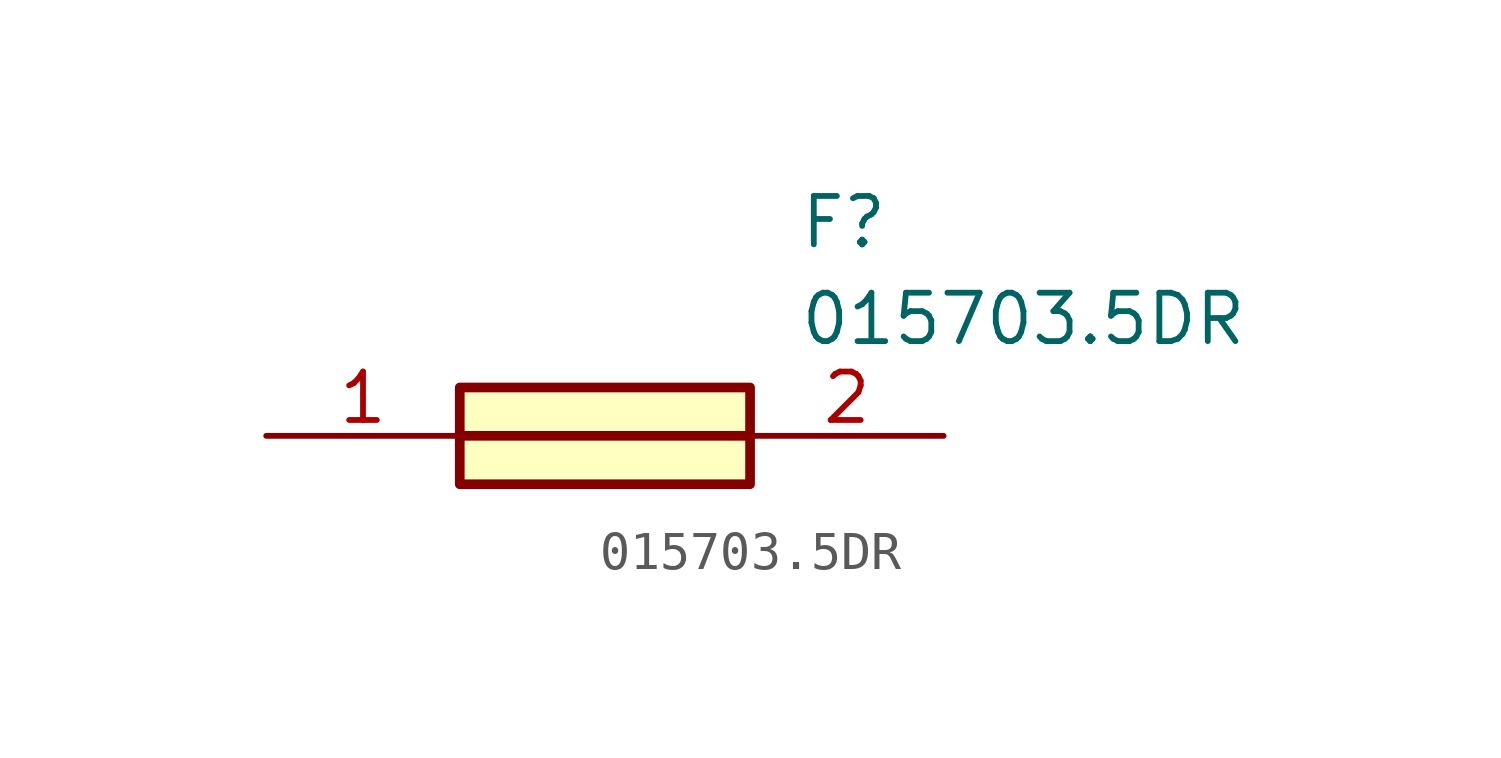
<source format=kicad_sym>
(kicad_symbol_lib
  (version 20211014)
  (generator SamacSys_ECAD_Model)
  (symbol "015703.5DR"
    (pin_names hide)
    (property "Reference" "F"
      (at 13.97 6.35 0)
      (effects (font (size 1.27 1.27)) (justify left top)))
    (property "Value" "015703.5DR"
      (at 13.97 3.81 0)
      (effects (font (size 1.27 1.27)) (justify left top)))
    (rectangle
      (start 5.08 1.27)
      (end 12.7 -1.27)
      (stroke (width 0.254) (type default))
      (fill (type background)))
    (polyline
      (pts (xy 5.08 0) (xy 12.7 0))
      (stroke (width 0.254) (type default))
      (fill (type none)))
    (pin passive line
      (at 0 0 0)
      (length 5.08)
      (name "1" (effects (font (size 1.27 1.27))))
      (number "1" (effects (font (size 1.27 1.27)))))
    (pin passive line
      (at 17.78 0 180)
      (length 5.08)
      (name "2" (effects (font (size 1.27 1.27))))
      (number "2" (effects (font (size 1.27 1.27)))))))
</source>
